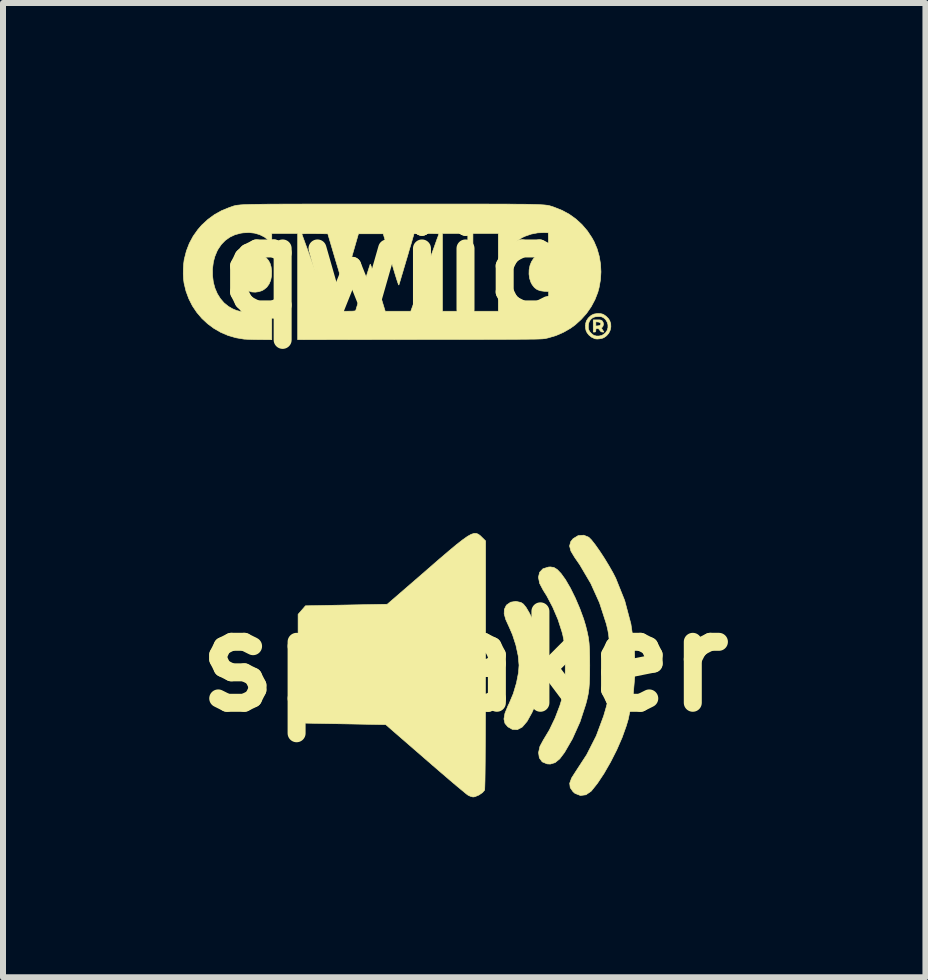
<source format=kicad_pcb>
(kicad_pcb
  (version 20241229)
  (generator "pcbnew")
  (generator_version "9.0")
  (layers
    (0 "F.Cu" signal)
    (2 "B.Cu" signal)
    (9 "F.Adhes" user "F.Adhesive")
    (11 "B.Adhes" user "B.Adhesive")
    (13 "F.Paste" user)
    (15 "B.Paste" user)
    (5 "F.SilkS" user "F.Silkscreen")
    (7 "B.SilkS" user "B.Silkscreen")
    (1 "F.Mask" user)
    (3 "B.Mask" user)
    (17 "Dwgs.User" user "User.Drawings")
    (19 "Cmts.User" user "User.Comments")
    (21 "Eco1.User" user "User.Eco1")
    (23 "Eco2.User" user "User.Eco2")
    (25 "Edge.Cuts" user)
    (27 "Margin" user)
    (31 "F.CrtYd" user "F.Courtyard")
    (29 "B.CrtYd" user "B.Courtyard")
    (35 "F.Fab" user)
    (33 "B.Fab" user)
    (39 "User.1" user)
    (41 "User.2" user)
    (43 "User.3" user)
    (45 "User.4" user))
  (footprint "qwiic"
    (layer "F.Cu")
    (at 3.512 1.418)
    (property "Reference" "qwiic" (at 0 0 0) (layer "F.SilkS") (effects (font (size 1.524 1.524) (thickness 0.3))))
    (attr through_hole)
    (fp_poly (pts (xy -2.268 -0.243) (xy -2.214 -0.23) (xy -2.166 -0.205) (xy -2.124 -0.17) (xy -2.086 -0.125) (xy -2.06 -0.077) (xy -2.043 -0.02) (xy -2.034 0.047) (xy -2.034 0.052) (xy -2.036 0.132) (xy -2.05 0.204) (xy -2.077 0.267) (xy -2.115 0.32) (xy -2.165 0.36) (xy -2.196 0.377) (xy -2.249 0.394) (xy -2.306 0.402) (xy -2.36 0.399) (xy -2.368 0.398) (xy -2.43 0.377) (xy -2.484 0.342) (xy -2.527 0.296) (xy -2.56 0.238) (xy -2.581 0.171) (xy -2.589 0.095) (xy -2.589 0.052) (xy -2.577 -0.026) (xy -2.554 -0.093) (xy -2.52 -0.149) (xy -2.475 -0.193) (xy -2.42 -0.224) (xy -2.357 -0.241) (xy -2.331 -0.244) (xy -2.268 -0.243)) (stroke (width 0.01) (type solid)) (fill yes) (layer "F.SilkS"))
    (fp_poly (pts (xy 3.428 0.864) (xy 3.451 0.867) (xy 3.465 0.872) (xy 3.477 0.882) (xy 3.478 0.883) (xy 3.493 0.91) (xy 3.497 0.941) (xy 3.488 0.97) (xy 3.479 0.983) (xy 3.462 1) (xy 3.505 1.067) (xy 3.48 1.067) (xy 3.46 1.063) (xy 3.445 1.05) (xy 3.436 1.037) (xy 3.421 1.017) (xy 3.404 1.008) (xy 3.394 1.008) (xy 3.378 1.009) (xy 3.371 1.018) (xy 3.37 1.037) (xy 3.368 1.057) (xy 3.361 1.065) (xy 3.349 1.067) (xy 3.327 1.067) (xy 3.327 0.966) (xy 3.37 0.966) (xy 3.405 0.964) (xy 3.433 0.958) (xy 3.449 0.946) (xy 3.454 0.927) (xy 3.444 0.911) (xy 3.42 0.901) (xy 3.405 0.899) (xy 3.37 0.896) (xy 3.37 0.966) (xy 3.327 0.966) (xy 3.327 0.864) (xy 3.394 0.864) (xy 3.428 0.864)) (stroke (width 0.01) (type solid)) (fill yes) (layer "F.SilkS"))
    (fp_poly (pts (xy 3.449 0.76) (xy 3.48 0.767) (xy 3.501 0.776) (xy 3.541 0.804) (xy 3.577 0.84) (xy 3.601 0.876) (xy 3.618 0.928) (xy 3.62 0.982) (xy 3.609 1.036) (xy 3.585 1.086) (xy 3.549 1.128) (xy 3.503 1.161) (xy 3.502 1.161) (xy 3.47 1.173) (xy 3.43 1.18) (xy 3.39 1.183) (xy 3.357 1.179) (xy 3.353 1.178) (xy 3.296 1.151) (xy 3.254 1.116) (xy 3.224 1.078) (xy 3.206 1.04) (xy 3.198 0.998) (xy 3.245 0.998) (xy 3.25 1.026) (xy 3.267 1.059) (xy 3.295 1.09) (xy 3.326 1.115) (xy 3.34 1.123) (xy 3.379 1.133) (xy 3.423 1.133) (xy 3.465 1.124) (xy 3.478 1.118) (xy 3.505 1.101) (xy 3.53 1.081) (xy 3.532 1.078) (xy 3.559 1.038) (xy 3.572 0.993) (xy 3.572 0.946) (xy 3.558 0.9) (xy 3.533 0.859) (xy 3.504 0.833) (xy 3.482 0.82) (xy 3.462 0.812) (xy 3.437 0.809) (xy 3.408 0.809) (xy 3.358 0.813) (xy 3.319 0.827) (xy 3.287 0.854) (xy 3.268 0.878) (xy 3.253 0.912) (xy 3.245 0.954) (xy 3.245 0.998) (xy 3.198 0.998) (xy 3.198 0.995) (xy 3.197 0.969) (xy 3.201 0.92) (xy 3.214 0.879) (xy 3.238 0.842) (xy 3.254 0.823) (xy 3.294 0.788) (xy 3.338 0.767) (xy 3.389 0.759) (xy 3.408 0.758) (xy 3.449 0.76)) (stroke (width 0.01) (type solid)) (fill yes) (layer "F.SilkS"))
    (fp_poly (pts (xy 1.046 -1.067) (xy 1.216 -1.067) (xy 1.372 -1.067) (xy 1.516 -1.067) (xy 1.648 -1.066) (xy 1.768 -1.066) (xy 1.877 -1.066) (xy 1.975 -1.065) (xy 2.064 -1.064) (xy 2.144 -1.064) (xy 2.215 -1.063) (xy 2.278 -1.062) (xy 2.333 -1.06) (xy 2.382 -1.059) (xy 2.424 -1.057) (xy 2.461 -1.055) (xy 2.493 -1.053) (xy 2.52 -1.051) (xy 2.544 -1.048) (xy 2.564 -1.046) (xy 2.581 -1.042) (xy 2.597 -1.039) (xy 2.611 -1.035) (xy 2.624 -1.031) (xy 2.636 -1.027) (xy 2.65 -1.023) (xy 2.664 -1.018) (xy 2.679 -1.012) (xy 2.683 -1.011) (xy 2.81 -0.96) (xy 2.929 -0.895) (xy 3.039 -0.816) (xy 3.139 -0.724) (xy 3.228 -0.62) (xy 3.304 -0.506) (xy 3.34 -0.441) (xy 3.39 -0.323) (xy 3.426 -0.198) (xy 3.448 -0.068) (xy 3.455 0.064) (xy 3.447 0.196) (xy 3.424 0.326) (xy 3.403 0.404) (xy 3.355 0.527) (xy 3.292 0.645) (xy 3.216 0.755) (xy 3.127 0.855) (xy 3.028 0.945) (xy 2.947 1.004) (xy 2.828 1.072) (xy 2.704 1.126) (xy 2.571 1.165) (xy 2.531 1.174) (xy 2.523 1.176) (xy 2.513 1.177) (xy 2.501 1.178) (xy 2.486 1.18) (xy 2.468 1.181) (xy 2.445 1.182) (xy 2.419 1.183) (xy 2.386 1.184) (xy 2.348 1.185) (xy 2.303 1.185) (xy 2.251 1.186) (xy 2.191 1.187) (xy 2.122 1.187) (xy 2.044 1.188) (xy 1.956 1.188) (xy 1.858 1.189) (xy 1.748 1.189) (xy 1.627 1.189) (xy 1.493 1.19) (xy 1.346 1.19) (xy 1.185 1.19) (xy 1.01 1.191) (xy 0.82 1.191) (xy 0.614 1.191) (xy 0.43 1.191) (xy -1.6 1.194) (xy -1.6 -0.568) (xy -1.531 -0.568) (xy -1.528 -0.559) (xy -1.519 -0.535) (xy -1.506 -0.498) (xy -1.488 -0.449) (xy -1.466 -0.388) (xy -1.44 -0.318) (xy -1.411 -0.238) (xy -1.38 -0.152) (xy -1.346 -0.059) (xy -1.31 0.039) (xy -1.295 0.08) (xy -1.063 0.72) (xy -0.849 0.72) (xy -0.784 0.72) (xy -0.733 0.719) (xy -0.695 0.719) (xy -0.668 0.717) (xy -0.65 0.715) (xy -0.64 0.713) (xy -0.634 0.709) (xy -0.632 0.705) (xy -0.624 0.678) (xy -0.612 0.639) (xy -0.597 0.591) (xy -0.579 0.534) (xy -0.56 0.472) (xy -0.539 0.405) (xy -0.518 0.336) (xy -0.496 0.267) (xy -0.475 0.199) (xy -0.455 0.136) (xy -0.436 0.077) (xy -0.42 0.026) (xy -0.407 -0.015) (xy -0.397 -0.045) (xy -0.392 -0.062) (xy -0.391 -0.065) (xy -0.387 -0.059) (xy -0.379 -0.039) (xy -0.367 -0.005) (xy -0.352 0.04) (xy -0.334 0.096) (xy -0.313 0.16) (xy -0.291 0.232) (xy -0.267 0.309) (xy -0.263 0.322) (xy -0.141 0.72) (xy 0.285 0.72) (xy 0.519 0.078) (xy 0.556 -0.021) (xy 0.59 -0.116) (xy 0.623 -0.206) (xy 0.653 -0.288) (xy 0.68 -0.362) (xy 0.703 -0.427) (xy 0.722 -0.481) (xy 0.738 -0.523) (xy 0.748 -0.552) (xy 0.753 -0.568) (xy 0.754 -0.569) (xy 0.746 -0.571) (xy 0.723 -0.573) (xy 0.688 -0.574) (xy 0.642 -0.575) (xy 0.59 -0.576) (xy 0.546 -0.576) (xy 0.813 -0.576) (xy 0.813 0.72) (xy 1.236 0.72) (xy 1.236 -0.576) (xy 1.321 -0.576) (xy 1.321 0.72) (xy 1.744 0.72) (xy 1.744 0.091) (xy 1.828 0.091) (xy 1.835 0.191) (xy 1.854 0.287) (xy 1.885 0.376) (xy 1.918 0.441) (xy 1.976 0.521) (xy 2.046 0.589) (xy 2.126 0.644) (xy 2.216 0.687) (xy 2.313 0.716) (xy 2.418 0.732) (xy 2.493 0.734) (xy 2.578 0.732) (xy 2.583 0.391) (xy 2.513 0.388) (xy 2.446 0.379) (xy 2.391 0.359) (xy 2.346 0.325) (xy 2.309 0.278) (xy 2.288 0.239) (xy 2.266 0.173) (xy 2.256 0.101) (xy 2.258 0.029) (xy 2.272 -0.041) (xy 2.297 -0.105) (xy 2.332 -0.159) (xy 2.369 -0.194) (xy 2.411 -0.218) (xy 2.462 -0.231) (xy 2.508 -0.236) (xy 2.583 -0.239) (xy 2.58 -0.414) (xy 2.578 -0.588) (xy 2.51 -0.591) (xy 2.401 -0.587) (xy 2.293 -0.566) (xy 2.189 -0.53) (xy 2.14 -0.507) (xy 2.103 -0.483) (xy 2.061 -0.45) (xy 2.017 -0.409) (xy 1.976 -0.367) (xy 1.941 -0.325) (xy 1.916 -0.288) (xy 1.915 -0.288) (xy 1.876 -0.202) (xy 1.848 -0.109) (xy 1.832 -0.01) (xy 1.828 0.091) (xy 1.744 0.091) (xy 1.744 -0.576) (xy 1.321 -0.576) (xy 1.236 -0.576) (xy 0.813 -0.576) (xy 0.546 -0.576) (xy 0.489 -0.576) (xy 0.438 -0.575) (xy 0.395 -0.574) (xy 0.363 -0.573) (xy 0.343 -0.572) (xy 0.339 -0.571) (xy 0.336 -0.562) (xy 0.33 -0.539) (xy 0.319 -0.503) (xy 0.306 -0.456) (xy 0.29 -0.401) (xy 0.271 -0.339) (xy 0.251 -0.271) (xy 0.231 -0.2) (xy 0.209 -0.128) (xy 0.188 -0.056) (xy 0.167 0.014) (xy 0.148 0.079) (xy 0.13 0.138) (xy 0.115 0.19) (xy 0.102 0.232) (xy 0.093 0.262) (xy 0.088 0.279) (xy 0.087 0.282) (xy 0.083 0.28) (xy 0.076 0.263) (xy 0.065 0.232) (xy 0.05 0.187) (xy 0.031 0.126) (xy 0.008 0.051) (xy -0.019 -0.041) (xy -0.047 -0.137) (xy -0.174 -0.571) (xy -0.587 -0.571) (xy -0.709 -0.148) (xy -0.732 -0.066) (xy -0.755 0.011) (xy -0.775 0.081) (xy -0.793 0.144) (xy -0.809 0.198) (xy -0.821 0.24) (xy -0.83 0.27) (xy -0.835 0.286) (xy -0.836 0.288) (xy -0.841 0.292) (xy -0.847 0.279) (xy -0.848 0.275) (xy -0.852 0.262) (xy -0.86 0.235) (xy -0.872 0.194) (xy -0.887 0.143) (xy -0.905 0.081) (xy -0.925 0.012) (xy -0.948 -0.064) (xy -0.972 -0.144) (xy -0.977 -0.161) (xy -1.098 -0.571) (xy -1.316 -0.574) (xy -1.384 -0.574) (xy -1.44 -0.574) (xy -1.484 -0.573) (xy -1.514 -0.571) (xy -1.53 -0.569) (xy -1.531 -0.568) (xy -1.6 -0.568) (xy -1.6 -0.576) (xy -2.032 -0.576) (xy -2.032 -0.413) (xy -2.086 -0.464) (xy -2.156 -0.518) (xy -2.234 -0.557) (xy -2.32 -0.582) (xy -2.411 -0.592) (xy -2.508 -0.587) (xy -2.55 -0.581) (xy -2.646 -0.555) (xy -2.731 -0.515) (xy -2.807 -0.461) (xy -2.872 -0.394) (xy -2.926 -0.315) (xy -2.943 -0.284) (xy -2.98 -0.195) (xy -3.005 -0.103) (xy -3.018 -0.003) (xy -3.02 0.017) (xy -3.019 0.13) (xy -3.006 0.236) (xy -2.979 0.336) (xy -2.94 0.427) (xy -2.889 0.509) (xy -2.828 0.58) (xy -2.755 0.639) (xy -2.691 0.677) (xy -2.617 0.708) (xy -2.541 0.727) (xy -2.459 0.736) (xy -2.421 0.736) (xy -2.33 0.73) (xy -2.25 0.712) (xy -2.177 0.681) (xy -2.112 0.636) (xy -2.081 0.608) (xy -2.032 0.561) (xy -2.032 1.194) (xy -2.229 1.193) (xy -2.29 1.192) (xy -2.349 1.191) (xy -2.404 1.189) (xy -2.45 1.187) (xy -2.484 1.185) (xy -2.493 1.185) (xy -2.629 1.162) (xy -2.758 1.125) (xy -2.88 1.073) (xy -2.995 1.007) (xy -3.1 0.929) (xy -3.196 0.84) (xy -3.281 0.74) (xy -3.355 0.63) (xy -3.415 0.511) (xy -3.462 0.384) (xy -3.494 0.251) (xy -3.503 0.18) (xy -3.507 0.099) (xy -3.506 0.015) (xy -3.501 -0.067) (xy -3.492 -0.139) (xy -3.49 -0.148) (xy -3.455 -0.285) (xy -3.406 -0.412) (xy -3.342 -0.531) (xy -3.263 -0.642) (xy -3.199 -0.716) (xy -3.098 -0.809) (xy -2.988 -0.89) (xy -2.868 -0.957) (xy -2.74 -1.009) (xy -2.734 -1.011) (xy -2.719 -1.016) (xy -2.705 -1.021) (xy -2.691 -1.026) (xy -2.679 -1.03) (xy -2.666 -1.035) (xy -2.652 -1.038) (xy -2.637 -1.042) (xy -2.62 -1.045) (xy -2.6 -1.048) (xy -2.577 -1.05) (xy -2.551 -1.053) (xy -2.52 -1.055) (xy -2.484 -1.057) (xy -2.442 -1.058) (xy -2.394 -1.06) (xy -2.34 -1.061) (xy -2.278 -1.062) (xy -2.209 -1.063) (xy -2.13 -1.064) (xy -2.043 -1.065) (xy -1.946 -1.065) (xy -1.839 -1.066) (xy -1.721 -1.066) (xy -1.591 -1.066) (xy -1.449 -1.067) (xy -1.295 -1.067) (xy -1.127 -1.067) (xy -0.945 -1.067) (xy -0.749 -1.067) (xy -0.538 -1.067) (xy -0.311 -1.067) (xy -0.068 -1.067) (xy -0.025 -1.067) (xy 0.221 -1.067) (xy 0.45 -1.067) (xy 0.664 -1.067) (xy 0.862 -1.067) (xy 1.046 -1.067)) (stroke (width 0.01) (type solid)) (fill yes) (layer "F.SilkS")))
  (footprint "speaker"
    (layer "F.Cu")
    (at 4.688 7.975)
    (property "Reference" "speaker" (at 0 0 0) (layer "F.SilkS") (effects (font (size 1.524 1.524) (thickness 0.3))))
    (attr through_hole)
    (fp_poly (pts (xy 0.945 -0.983) (xy 0.987 -0.955) (xy 1.032 -0.899) (xy 1.086 -0.807) (xy 1.143 -0.692) (xy 1.196 -0.567) (xy 1.241 -0.445) (xy 1.26 -0.381) (xy 1.288 -0.23) (xy 1.303 -0.049) (xy 1.304 0.142) (xy 1.292 0.327) (xy 1.266 0.484) (xy 1.26 0.508) (xy 1.225 0.618) (xy 1.177 0.744) (xy 1.128 0.855) (xy 1.048 0.999) (xy 0.968 1.093) (xy 0.886 1.137) (xy 0.803 1.133) (xy 0.727 1.09) (xy 0.679 1.033) (xy 0.662 0.96) (xy 0.679 0.864) (xy 0.73 0.739) (xy 0.75 0.699) (xy 0.818 0.537) (xy 0.871 0.359) (xy 0.905 0.185) (xy 0.914 0.064) (xy 0.9 -0.092) (xy 0.862 -0.269) (xy 0.805 -0.445) (xy 0.75 -0.572) (xy 0.693 -0.697) (xy 0.666 -0.793) (xy 0.669 -0.868) (xy 0.7 -0.932) (xy 0.708 -0.942) (xy 0.774 -0.987) (xy 0.86 -1.001) (xy 0.945 -0.983)) (stroke (width 0.01) (type solid)) (fill yes) (layer "F.SilkS"))
    (fp_poly (pts (xy 0.205 -2.133) (xy 0.239 -2.118) (xy 0.272 -2.092) (xy 0.293 -2.071) (xy 0.356 -2.009) (xy 0.356 0.048) (xy 0.355 0.367) (xy 0.355 0.672) (xy 0.354 0.96) (xy 0.353 1.225) (xy 0.351 1.464) (xy 0.35 1.674) (xy 0.348 1.85) (xy 0.346 1.988) (xy 0.343 2.086) (xy 0.341 2.138) (xy 0.34 2.145) (xy 0.305 2.186) (xy 0.243 2.228) (xy 0.178 2.255) (xy 0.147 2.26) (xy 0.1 2.247) (xy 0.064 2.23) (xy 0.033 2.207) (xy -0.031 2.154) (xy -0.124 2.077) (xy -0.241 1.978) (xy -0.376 1.862) (xy -0.526 1.733) (xy -0.648 1.627) (xy -1.308 1.054) (xy -1.977 1.041) (xy -2.646 1.029) (xy -2.707 0.957) (xy -2.769 0.886) (xy -2.769 -0.785) (xy -2.707 -0.856) (xy -2.646 -0.927) (xy -1.964 -0.94) (xy -1.283 -0.953) (xy -0.602 -1.543) (xy -0.411 -1.709) (xy -0.254 -1.843) (xy -0.127 -1.949) (xy -0.025 -2.028) (xy 0.054 -2.084) (xy 0.117 -2.119) (xy 0.165 -2.134) (xy 0.205 -2.133)) (stroke (width 0.01) (type solid)) (fill yes) (layer "F.SilkS"))
    (fp_poly (pts (xy 1.495 -1.566) (xy 1.549 -1.533) (xy 1.613 -1.467) (xy 1.688 -1.363) (xy 1.77 -1.222) (xy 1.851 -1.058) (xy 1.926 -0.883) (xy 1.99 -0.709) (xy 2.024 -0.596) (xy 2.05 -0.491) (xy 2.069 -0.4) (xy 2.081 -0.308) (xy 2.088 -0.203) (xy 2.091 -0.072) (xy 2.092 0.064) (xy 2.091 0.227) (xy 2.087 0.353) (xy 2.079 0.455) (xy 2.066 0.546) (xy 2.046 0.638) (xy 2.026 0.714) (xy 1.93 1.008) (xy 1.803 1.291) (xy 1.673 1.516) (xy 1.592 1.624) (xy 1.515 1.687) (xy 1.435 1.711) (xy 1.381 1.708) (xy 1.3 1.674) (xy 1.252 1.608) (xy 1.239 1.52) (xy 1.262 1.416) (xy 1.317 1.314) (xy 1.419 1.144) (xy 1.515 0.944) (xy 1.594 0.737) (xy 1.629 0.622) (xy 1.654 0.52) (xy 1.67 0.419) (xy 1.68 0.304) (xy 1.684 0.161) (xy 1.684 0.064) (xy 1.683 -0.101) (xy 1.676 -0.23) (xy 1.664 -0.337) (xy 1.644 -0.437) (xy 1.629 -0.495) (xy 1.563 -0.699) (xy 1.475 -0.905) (xy 1.375 -1.095) (xy 1.317 -1.187) (xy 1.257 -1.301) (xy 1.237 -1.403) (xy 1.257 -1.486) (xy 1.313 -1.545) (xy 1.405 -1.573) (xy 1.436 -1.575) (xy 1.495 -1.566)) (stroke (width 0.01) (type solid)) (fill yes) (layer "F.SilkS"))
    (fp_poly (pts (xy 2.076 -2.07) (xy 2.121 -2.025) (xy 2.183 -1.946) (xy 2.257 -1.841) (xy 2.335 -1.722) (xy 2.411 -1.597) (xy 2.48 -1.476) (xy 2.526 -1.386) (xy 2.675 -1.014) (xy 2.778 -0.626) (xy 2.837 -0.227) (xy 2.849 0.175) (xy 2.815 0.575) (xy 2.734 0.965) (xy 2.701 1.076) (xy 2.632 1.269) (xy 2.543 1.473) (xy 2.44 1.676) (xy 2.331 1.866) (xy 2.221 2.032) (xy 2.118 2.161) (xy 2.113 2.165) (xy 2.029 2.223) (xy 1.937 2.235) (xy 1.847 2.2) (xy 1.815 2.173) (xy 1.767 2.105) (xy 1.758 2.031) (xy 1.79 1.943) (xy 1.841 1.863) (xy 2.042 1.554) (xy 2.201 1.241) (xy 2.324 0.91) (xy 2.37 0.752) (xy 2.39 0.67) (xy 2.404 0.59) (xy 2.414 0.501) (xy 2.42 0.395) (xy 2.424 0.259) (xy 2.424 0.084) (xy 2.424 0.064) (xy 2.424 -0.114) (xy 2.421 -0.251) (xy 2.416 -0.358) (xy 2.407 -0.446) (xy 2.393 -0.525) (xy 2.374 -0.606) (xy 2.366 -0.635) (xy 2.255 -0.978) (xy 2.11 -1.299) (xy 1.926 -1.612) (xy 1.84 -1.736) (xy 1.778 -1.84) (xy 1.756 -1.924) (xy 1.775 -1.996) (xy 1.815 -2.046) (xy 1.899 -2.097) (xy 1.993 -2.104) (xy 2.076 -2.07)) (stroke (width 0.01) (type solid)) (fill yes) (layer "F.SilkS")))
  (gr_rect
    (start -3 -3)
    (end 12.376 13.24)
    (stroke (width 0.1) (type default))
    (fill no)
    (layer "Edge.Cuts")))
</source>
